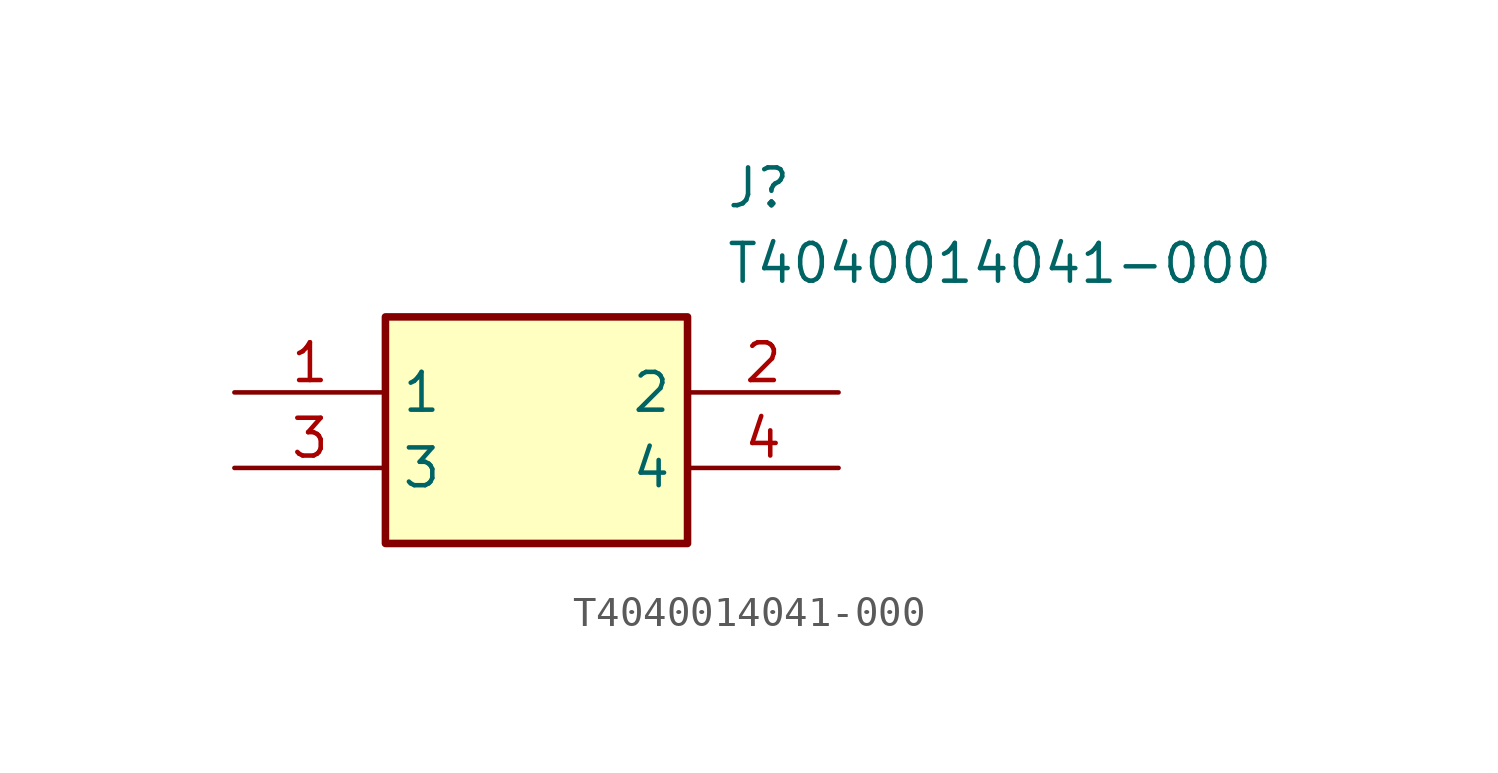
<source format=kicad_sym>
(kicad_symbol_lib
  (version 20211014)
  (generator SamacSys_ECAD_Model)
  (symbol "T4040014041-000"
    (property "Reference" "J"
      (at 16.51 7.62 0)
      (effects (font (size 1.27 1.27)) (justify left top)))
    (property "Value" "T4040014041-000"
      (at 16.51 5.08 0)
      (effects (font (size 1.27 1.27)) (justify left top)))
    (rectangle
      (start 5.08 2.54)
      (end 15.24 -5.08)
      (stroke (width 0.254) (type default))
      (fill (type background)))
    (pin passive line
      (at 0 0 0)
      (length 5.08)
      (name "1" (effects (font (size 1.27 1.27))))
      (number "1" (effects (font (size 1.27 1.27)))))
    (pin passive line
      (at 20.32 0 180)
      (length 5.08)
      (name "2" (effects (font (size 1.27 1.27))))
      (number "2" (effects (font (size 1.27 1.27)))))
    (pin passive line
      (at 0 -2.54 0)
      (length 5.08)
      (name "3" (effects (font (size 1.27 1.27))))
      (number "3" (effects (font (size 1.27 1.27)))))
    (pin passive line
      (at 20.32 -2.54 180)
      (length 5.08)
      (name "4" (effects (font (size 1.27 1.27))))
      (number "4" (effects (font (size 1.27 1.27)))))))
</source>
